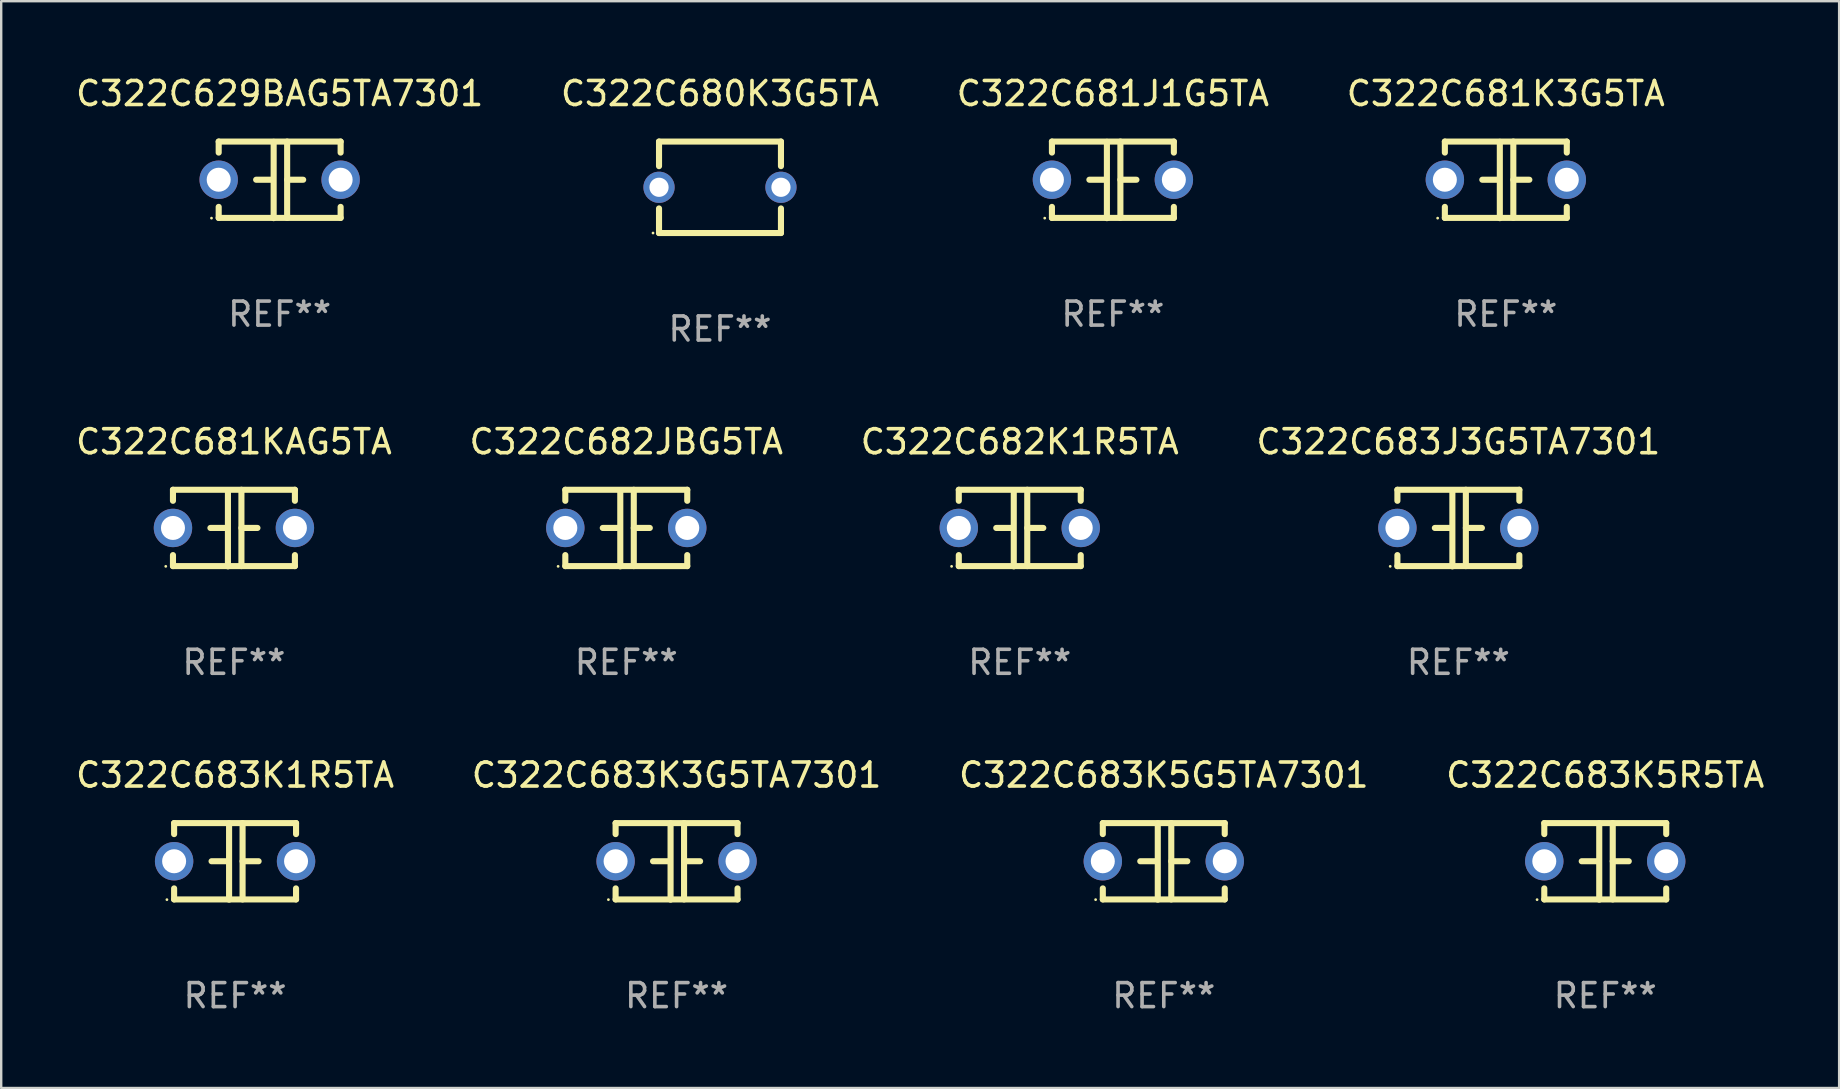
<source format=kicad_pcb>
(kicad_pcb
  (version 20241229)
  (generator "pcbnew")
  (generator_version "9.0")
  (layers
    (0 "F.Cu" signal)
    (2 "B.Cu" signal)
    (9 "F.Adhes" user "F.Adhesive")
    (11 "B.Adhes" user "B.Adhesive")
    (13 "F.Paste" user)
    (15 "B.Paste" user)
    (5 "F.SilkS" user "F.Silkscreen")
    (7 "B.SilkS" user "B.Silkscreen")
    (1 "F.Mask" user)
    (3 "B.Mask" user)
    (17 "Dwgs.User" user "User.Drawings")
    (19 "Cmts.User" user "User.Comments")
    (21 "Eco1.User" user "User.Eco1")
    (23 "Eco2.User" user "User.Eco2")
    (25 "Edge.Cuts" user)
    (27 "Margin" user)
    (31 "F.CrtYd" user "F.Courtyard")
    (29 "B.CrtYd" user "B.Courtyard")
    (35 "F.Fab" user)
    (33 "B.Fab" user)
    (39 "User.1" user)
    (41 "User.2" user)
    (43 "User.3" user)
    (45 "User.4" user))
  (footprint "C322C681J1G5TA"
    (layer "F.Cu")
    (at 43.315 4.443)
    (property "Reference" "C322C681J1G5TA" (at 0 -3.595 0) (layer "F.SilkS") (effects (font (size 1 1) (thickness 0.15))))
    (attr through_hole)
    (fp_line (start -2.54 -1.595) (end -2.54 -1.136) (stroke (width 0.254) (type solid)) (layer "F.SilkS"))
    (fp_line (start -2.54 -1.595) (end 2.54 -1.595) (stroke (width 0.254) (type solid)) (layer "F.SilkS"))
    (fp_line (start -2.54 1.126) (end -2.54 1.585) (stroke (width 0.254) (type solid)) (layer "F.SilkS"))
    (fp_line (start -0.312 -0.005) (end -0.98 -0.005) (stroke (width 0.254) (type solid)) (layer "F.SilkS"))
    (fp_line (start -0.25 -1.585) (end -0.25 1.595) (stroke (width 0.254) (type solid)) (layer "F.SilkS"))
    (fp_line (start 0.312 -1.595) (end 0.312 1.585) (stroke (width 0.254) (type solid)) (layer "F.SilkS"))
    (fp_line (start 0.312 -0.005) (end 0.98 -0.005) (stroke (width 0.254) (type solid)) (layer "F.SilkS"))
    (fp_line (start 2.54 -1.595) (end 2.54 -1.136) (stroke (width 0.254) (type solid)) (layer "F.SilkS"))
    (fp_line (start 2.54 1.126) (end 2.54 1.585) (stroke (width 0.254) (type solid)) (layer "F.SilkS"))
    (fp_line (start 2.54 1.585) (end -2.54 1.585) (stroke (width 0.254) (type solid)) (layer "F.SilkS"))
    (fp_circle (center -2.84 1.595) (end -2.81 1.595) (stroke (width 0.06) (type solid)) (fill no) (layer "F.SilkS"))
    (fp_text user "REF**" (at 0 5.595 0) (layer "F.Fab") (effects (font (size 1 1) (thickness 0.15))))
    (pad "1" thru_hole circle (at -2.54 -0.005) (size 1.6 1.6) (drill 1) (layers "*.Cu" "*.Mask"))
    (pad "2" thru_hole circle (at 2.54 -0.005) (size 1.6 1.6) (drill 1) (layers "*.Cu" "*.Mask")))
  (footprint "C322C629BAG5TA7301"
    (layer "F.Cu")
    (at 8.601 4.443)
    (property "Reference" "C322C629BAG5TA7301" (at 0 -3.595 0) (layer "F.SilkS") (effects (font (size 1 1) (thickness 0.15))))
    (attr through_hole)
    (fp_line (start -2.54 -1.595) (end -2.54 -1.136) (stroke (width 0.254) (type solid)) (layer "F.SilkS"))
    (fp_line (start -2.54 -1.595) (end 2.54 -1.595) (stroke (width 0.254) (type solid)) (layer "F.SilkS"))
    (fp_line (start -2.54 1.126) (end -2.54 1.585) (stroke (width 0.254) (type solid)) (layer "F.SilkS"))
    (fp_line (start -0.312 -0.005) (end -0.98 -0.005) (stroke (width 0.254) (type solid)) (layer "F.SilkS"))
    (fp_line (start -0.25 -1.585) (end -0.25 1.595) (stroke (width 0.254) (type solid)) (layer "F.SilkS"))
    (fp_line (start 0.312 -1.595) (end 0.312 1.585) (stroke (width 0.254) (type solid)) (layer "F.SilkS"))
    (fp_line (start 0.312 -0.005) (end 0.98 -0.005) (stroke (width 0.254) (type solid)) (layer "F.SilkS"))
    (fp_line (start 2.54 -1.595) (end 2.54 -1.136) (stroke (width 0.254) (type solid)) (layer "F.SilkS"))
    (fp_line (start 2.54 1.126) (end 2.54 1.585) (stroke (width 0.254) (type solid)) (layer "F.SilkS"))
    (fp_line (start 2.54 1.585) (end -2.54 1.585) (stroke (width 0.254) (type solid)) (layer "F.SilkS"))
    (fp_circle (center -2.84 1.595) (end -2.81 1.595) (stroke (width 0.06) (type solid)) (fill no) (layer "F.SilkS"))
    (fp_text user "REF**" (at 0 5.595 0) (layer "F.Fab") (effects (font (size 1 1) (thickness 0.15))))
    (pad "1" thru_hole circle (at -2.54 -0.005) (size 1.6 1.6) (drill 1) (layers "*.Cu" "*.Mask"))
    (pad "2" thru_hole circle (at 2.54 -0.005) (size 1.6 1.6) (drill 1) (layers "*.Cu" "*.Mask")))
  (footprint "C322C683J3G5TA7301"
    (layer "F.Cu")
    (at 57.708 18.95)
    (property "Reference" "C322C683J3G5TA7301" (at 0 -3.595 0) (layer "F.SilkS") (effects (font (size 1 1) (thickness 0.15))))
    (attr through_hole)
    (fp_line (start -2.54 -1.595) (end -2.54 -1.136) (stroke (width 0.254) (type solid)) (layer "F.SilkS"))
    (fp_line (start -2.54 -1.595) (end 2.54 -1.595) (stroke (width 0.254) (type solid)) (layer "F.SilkS"))
    (fp_line (start -2.54 1.126) (end -2.54 1.585) (stroke (width 0.254) (type solid)) (layer "F.SilkS"))
    (fp_line (start -0.312 -0.005) (end -0.98 -0.005) (stroke (width 0.254) (type solid)) (layer "F.SilkS"))
    (fp_line (start -0.25 -1.585) (end -0.25 1.595) (stroke (width 0.254) (type solid)) (layer "F.SilkS"))
    (fp_line (start 0.312 -1.595) (end 0.312 1.585) (stroke (width 0.254) (type solid)) (layer "F.SilkS"))
    (fp_line (start 0.312 -0.005) (end 0.98 -0.005) (stroke (width 0.254) (type solid)) (layer "F.SilkS"))
    (fp_line (start 2.54 -1.595) (end 2.54 -1.136) (stroke (width 0.254) (type solid)) (layer "F.SilkS"))
    (fp_line (start 2.54 1.126) (end 2.54 1.585) (stroke (width 0.254) (type solid)) (layer "F.SilkS"))
    (fp_line (start 2.54 1.585) (end -2.54 1.585) (stroke (width 0.254) (type solid)) (layer "F.SilkS"))
    (fp_circle (center -2.84 1.595) (end -2.81 1.595) (stroke (width 0.06) (type solid)) (fill no) (layer "F.SilkS"))
    (fp_text user "REF**" (at 0 5.595 0) (layer "F.Fab") (effects (font (size 1 1) (thickness 0.15))))
    (pad "1" thru_hole circle (at -2.54 -0.005) (size 1.6 1.6) (drill 1) (layers "*.Cu" "*.Mask"))
    (pad "2" thru_hole circle (at 2.54 -0.005) (size 1.6 1.6) (drill 1) (layers "*.Cu" "*.Mask")))
  (footprint "C322C682JBG5TA"
    (layer "F.Cu")
    (at 23.042 18.95)
    (property "Reference" "C322C682JBG5TA" (at 0 -3.595 0) (layer "F.SilkS") (effects (font (size 1 1) (thickness 0.15))))
    (attr through_hole)
    (fp_line (start -2.54 -1.595) (end -2.54 -1.136) (stroke (width 0.254) (type solid)) (layer "F.SilkS"))
    (fp_line (start -2.54 -1.595) (end 2.54 -1.595) (stroke (width 0.254) (type solid)) (layer "F.SilkS"))
    (fp_line (start -2.54 1.126) (end -2.54 1.585) (stroke (width 0.254) (type solid)) (layer "F.SilkS"))
    (fp_line (start -0.312 -0.005) (end -0.98 -0.005) (stroke (width 0.254) (type solid)) (layer "F.SilkS"))
    (fp_line (start -0.25 -1.585) (end -0.25 1.595) (stroke (width 0.254) (type solid)) (layer "F.SilkS"))
    (fp_line (start 0.312 -1.595) (end 0.312 1.585) (stroke (width 0.254) (type solid)) (layer "F.SilkS"))
    (fp_line (start 0.312 -0.005) (end 0.98 -0.005) (stroke (width 0.254) (type solid)) (layer "F.SilkS"))
    (fp_line (start 2.54 -1.595) (end 2.54 -1.136) (stroke (width 0.254) (type solid)) (layer "F.SilkS"))
    (fp_line (start 2.54 1.126) (end 2.54 1.585) (stroke (width 0.254) (type solid)) (layer "F.SilkS"))
    (fp_line (start 2.54 1.585) (end -2.54 1.585) (stroke (width 0.254) (type solid)) (layer "F.SilkS"))
    (fp_circle (center -2.84 1.595) (end -2.81 1.595) (stroke (width 0.06) (type solid)) (fill no) (layer "F.SilkS"))
    (fp_text user "REF**" (at 0 5.595 0) (layer "F.Fab") (effects (font (size 1 1) (thickness 0.15))))
    (pad "1" thru_hole circle (at -2.54 -0.005) (size 1.6 1.6) (drill 1) (layers "*.Cu" "*.Mask"))
    (pad "2" thru_hole circle (at 2.54 -0.005) (size 1.6 1.6) (drill 1) (layers "*.Cu" "*.Mask")))
  (footprint "C322C682K1R5TA"
    (layer "F.Cu")
    (at 39.435 18.95)
    (property "Reference" "C322C682K1R5TA" (at 0 -3.595 0) (layer "F.SilkS") (effects (font (size 1 1) (thickness 0.15))))
    (attr through_hole)
    (fp_line (start -2.54 -1.595) (end -2.54 -1.136) (stroke (width 0.254) (type solid)) (layer "F.SilkS"))
    (fp_line (start -2.54 -1.595) (end 2.54 -1.595) (stroke (width 0.254) (type solid)) (layer "F.SilkS"))
    (fp_line (start -2.54 1.126) (end -2.54 1.585) (stroke (width 0.254) (type solid)) (layer "F.SilkS"))
    (fp_line (start -0.312 -0.005) (end -0.98 -0.005) (stroke (width 0.254) (type solid)) (layer "F.SilkS"))
    (fp_line (start -0.25 -1.585) (end -0.25 1.595) (stroke (width 0.254) (type solid)) (layer "F.SilkS"))
    (fp_line (start 0.312 -1.595) (end 0.312 1.585) (stroke (width 0.254) (type solid)) (layer "F.SilkS"))
    (fp_line (start 0.312 -0.005) (end 0.98 -0.005) (stroke (width 0.254) (type solid)) (layer "F.SilkS"))
    (fp_line (start 2.54 -1.595) (end 2.54 -1.136) (stroke (width 0.254) (type solid)) (layer "F.SilkS"))
    (fp_line (start 2.54 1.126) (end 2.54 1.585) (stroke (width 0.254) (type solid)) (layer "F.SilkS"))
    (fp_line (start 2.54 1.585) (end -2.54 1.585) (stroke (width 0.254) (type solid)) (layer "F.SilkS"))
    (fp_circle (center -2.84 1.595) (end -2.81 1.595) (stroke (width 0.06) (type solid)) (fill no) (layer "F.SilkS"))
    (fp_text user "REF**" (at 0 5.595 0) (layer "F.Fab") (effects (font (size 1 1) (thickness 0.15))))
    (pad "1" thru_hole circle (at -2.54 -0.005) (size 1.6 1.6) (drill 1) (layers "*.Cu" "*.Mask"))
    (pad "2" thru_hole circle (at 2.54 -0.005) (size 1.6 1.6) (drill 1) (layers "*.Cu" "*.Mask")))
  (footprint "C322C681KAG5TA"
    (layer "F.Cu")
    (at 6.696 18.95)
    (property "Reference" "C322C681KAG5TA" (at 0 -3.595 0) (layer "F.SilkS") (effects (font (size 1 1) (thickness 0.15))))
    (attr through_hole)
    (fp_line (start -2.54 -1.595) (end -2.54 -1.136) (stroke (width 0.254) (type solid)) (layer "F.SilkS"))
    (fp_line (start -2.54 -1.595) (end 2.54 -1.595) (stroke (width 0.254) (type solid)) (layer "F.SilkS"))
    (fp_line (start -2.54 1.126) (end -2.54 1.585) (stroke (width 0.254) (type solid)) (layer "F.SilkS"))
    (fp_line (start -0.312 -0.005) (end -0.98 -0.005) (stroke (width 0.254) (type solid)) (layer "F.SilkS"))
    (fp_line (start -0.25 -1.585) (end -0.25 1.595) (stroke (width 0.254) (type solid)) (layer "F.SilkS"))
    (fp_line (start 0.312 -1.595) (end 0.312 1.585) (stroke (width 0.254) (type solid)) (layer "F.SilkS"))
    (fp_line (start 0.312 -0.005) (end 0.98 -0.005) (stroke (width 0.254) (type solid)) (layer "F.SilkS"))
    (fp_line (start 2.54 -1.595) (end 2.54 -1.136) (stroke (width 0.254) (type solid)) (layer "F.SilkS"))
    (fp_line (start 2.54 1.126) (end 2.54 1.585) (stroke (width 0.254) (type solid)) (layer "F.SilkS"))
    (fp_line (start 2.54 1.585) (end -2.54 1.585) (stroke (width 0.254) (type solid)) (layer "F.SilkS"))
    (fp_circle (center -2.84 1.595) (end -2.81 1.595) (stroke (width 0.06) (type solid)) (fill no) (layer "F.SilkS"))
    (fp_text user "REF**" (at 0 5.595 0) (layer "F.Fab") (effects (font (size 1 1) (thickness 0.15))))
    (pad "1" thru_hole circle (at -2.54 -0.005) (size 1.6 1.6) (drill 1) (layers "*.Cu" "*.Mask"))
    (pad "2" thru_hole circle (at 2.54 -0.005) (size 1.6 1.6) (drill 1) (layers "*.Cu" "*.Mask")))
  (footprint "C322C680K3G5TA"
    (layer "F.Cu")
    (at 26.946 4.753)
    (property "Reference" "C322C680K3G5TA" (at 0 -3.905 0) (layer "F.SilkS") (effects (font (size 1 1) (thickness 0.15))))
    (attr through_hole)
    (fp_line (start -2.54 -1.905) (end -2.54 -0.881) (stroke (width 0.254) (type solid)) (layer "F.SilkS"))
    (fp_line (start -2.54 0.881) (end -2.54 1.905) (stroke (width 0.254) (type solid)) (layer "F.SilkS"))
    (fp_line (start -2.54 1.905) (end 2.54 1.905) (stroke (width 0.254) (type solid)) (layer "F.SilkS"))
    (fp_line (start 2.54 -1.905) (end -2.54 -1.905) (stroke (width 0.254) (type solid)) (layer "F.SilkS"))
    (fp_line (start 2.54 -0.881) (end 2.54 -1.905) (stroke (width 0.254) (type solid)) (layer "F.SilkS"))
    (fp_line (start 2.54 1.905) (end 2.54 0.881) (stroke (width 0.254) (type solid)) (layer "F.SilkS"))
    (fp_circle (center -2.79 1.905) (end -2.76 1.905) (stroke (width 0.06) (type solid)) (fill no) (layer "F.SilkS"))
    (fp_text user "REF**" (at 0 5.905 0) (layer "F.Fab") (effects (font (size 1 1) (thickness 0.15))))
    (pad "1" thru_hole circle (at -2.54 0) (size 1.3 1.3) (drill 0.8) (layers "*.Cu" "*.Mask"))
    (pad "2" thru_hole circle (at 2.54 0) (size 1.3 1.3) (drill 0.8) (layers "*.Cu" "*.Mask")))
  (footprint "C322C683K3G5TA7301"
    (layer "F.Cu")
    (at 25.137 32.836)
    (property "Reference" "C322C683K3G5TA7301" (at 0 -3.595 0) (layer "F.SilkS") (effects (font (size 1 1) (thickness 0.15))))
    (attr through_hole)
    (fp_line (start -2.54 -1.595) (end -2.54 -1.136) (stroke (width 0.254) (type solid)) (layer "F.SilkS"))
    (fp_line (start -2.54 -1.595) (end 2.54 -1.595) (stroke (width 0.254) (type solid)) (layer "F.SilkS"))
    (fp_line (start -2.54 1.126) (end -2.54 1.585) (stroke (width 0.254) (type solid)) (layer "F.SilkS"))
    (fp_line (start -0.312 -0.005) (end -0.98 -0.005) (stroke (width 0.254) (type solid)) (layer "F.SilkS"))
    (fp_line (start -0.25 -1.585) (end -0.25 1.595) (stroke (width 0.254) (type solid)) (layer "F.SilkS"))
    (fp_line (start 0.312 -1.595) (end 0.312 1.585) (stroke (width 0.254) (type solid)) (layer "F.SilkS"))
    (fp_line (start 0.312 -0.005) (end 0.98 -0.005) (stroke (width 0.254) (type solid)) (layer "F.SilkS"))
    (fp_line (start 2.54 -1.595) (end 2.54 -1.136) (stroke (width 0.254) (type solid)) (layer "F.SilkS"))
    (fp_line (start 2.54 1.126) (end 2.54 1.585) (stroke (width 0.254) (type solid)) (layer "F.SilkS"))
    (fp_line (start 2.54 1.585) (end -2.54 1.585) (stroke (width 0.254) (type solid)) (layer "F.SilkS"))
    (fp_circle (center -2.84 1.595) (end -2.81 1.595) (stroke (width 0.06) (type solid)) (fill no) (layer "F.SilkS"))
    (fp_text user "REF**" (at 0 5.595 0) (layer "F.Fab") (effects (font (size 1 1) (thickness 0.15))))
    (pad "1" thru_hole circle (at -2.54 -0.005) (size 1.6 1.6) (drill 1) (layers "*.Cu" "*.Mask"))
    (pad "2" thru_hole circle (at 2.54 -0.005) (size 1.6 1.6) (drill 1) (layers "*.Cu" "*.Mask")))
  (footprint "C322C683K5R5TA"
    (layer "F.Cu")
    (at 63.827 32.836)
    (property "Reference" "C322C683K5R5TA" (at 0 -3.595 0) (layer "F.SilkS") (effects (font (size 1 1) (thickness 0.15))))
    (attr through_hole)
    (fp_line (start -2.54 -1.595) (end -2.54 -1.136) (stroke (width 0.254) (type solid)) (layer "F.SilkS"))
    (fp_line (start -2.54 -1.595) (end 2.54 -1.595) (stroke (width 0.254) (type solid)) (layer "F.SilkS"))
    (fp_line (start -2.54 1.126) (end -2.54 1.585) (stroke (width 0.254) (type solid)) (layer "F.SilkS"))
    (fp_line (start -0.312 -0.005) (end -0.98 -0.005) (stroke (width 0.254) (type solid)) (layer "F.SilkS"))
    (fp_line (start -0.25 -1.585) (end -0.25 1.595) (stroke (width 0.254) (type solid)) (layer "F.SilkS"))
    (fp_line (start 0.312 -1.595) (end 0.312 1.585) (stroke (width 0.254) (type solid)) (layer "F.SilkS"))
    (fp_line (start 0.312 -0.005) (end 0.98 -0.005) (stroke (width 0.254) (type solid)) (layer "F.SilkS"))
    (fp_line (start 2.54 -1.595) (end 2.54 -1.136) (stroke (width 0.254) (type solid)) (layer "F.SilkS"))
    (fp_line (start 2.54 1.126) (end 2.54 1.585) (stroke (width 0.254) (type solid)) (layer "F.SilkS"))
    (fp_line (start 2.54 1.585) (end -2.54 1.585) (stroke (width 0.254) (type solid)) (layer "F.SilkS"))
    (fp_circle (center -2.84 1.595) (end -2.81 1.595) (stroke (width 0.06) (type solid)) (fill no) (layer "F.SilkS"))
    (fp_text user "REF**" (at 0 5.595 0) (layer "F.Fab") (effects (font (size 1 1) (thickness 0.15))))
    (pad "1" thru_hole circle (at -2.54 -0.005) (size 1.6 1.6) (drill 1) (layers "*.Cu" "*.Mask"))
    (pad "2" thru_hole circle (at 2.54 -0.005) (size 1.6 1.6) (drill 1) (layers "*.Cu" "*.Mask")))
  (footprint "C322C683K1R5TA"
    (layer "F.Cu")
    (at 6.744 32.836)
    (property "Reference" "C322C683K1R5TA" (at 0 -3.595 0) (layer "F.SilkS") (effects (font (size 1 1) (thickness 0.15))))
    (attr through_hole)
    (fp_line (start -2.54 -1.595) (end -2.54 -1.136) (stroke (width 0.254) (type solid)) (layer "F.SilkS"))
    (fp_line (start -2.54 -1.595) (end 2.54 -1.595) (stroke (width 0.254) (type solid)) (layer "F.SilkS"))
    (fp_line (start -2.54 1.126) (end -2.54 1.585) (stroke (width 0.254) (type solid)) (layer "F.SilkS"))
    (fp_line (start -0.312 -0.005) (end -0.98 -0.005) (stroke (width 0.254) (type solid)) (layer "F.SilkS"))
    (fp_line (start -0.25 -1.585) (end -0.25 1.595) (stroke (width 0.254) (type solid)) (layer "F.SilkS"))
    (fp_line (start 0.312 -1.595) (end 0.312 1.585) (stroke (width 0.254) (type solid)) (layer "F.SilkS"))
    (fp_line (start 0.312 -0.005) (end 0.98 -0.005) (stroke (width 0.254) (type solid)) (layer "F.SilkS"))
    (fp_line (start 2.54 -1.595) (end 2.54 -1.136) (stroke (width 0.254) (type solid)) (layer "F.SilkS"))
    (fp_line (start 2.54 1.126) (end 2.54 1.585) (stroke (width 0.254) (type solid)) (layer "F.SilkS"))
    (fp_line (start 2.54 1.585) (end -2.54 1.585) (stroke (width 0.254) (type solid)) (layer "F.SilkS"))
    (fp_circle (center -2.84 1.595) (end -2.81 1.595) (stroke (width 0.06) (type solid)) (fill no) (layer "F.SilkS"))
    (fp_text user "REF**" (at 0 5.595 0) (layer "F.Fab") (effects (font (size 1 1) (thickness 0.15))))
    (pad "1" thru_hole circle (at -2.54 -0.005) (size 1.6 1.6) (drill 1) (layers "*.Cu" "*.Mask"))
    (pad "2" thru_hole circle (at 2.54 -0.005) (size 1.6 1.6) (drill 1) (layers "*.Cu" "*.Mask")))
  (footprint "C322C681K3G5TA"
    (layer "F.Cu")
    (at 59.685 4.443)
    (property "Reference" "C322C681K3G5TA" (at 0 -3.595 0) (layer "F.SilkS") (effects (font (size 1 1) (thickness 0.15))))
    (attr through_hole)
    (fp_line (start -2.54 -1.595) (end -2.54 -1.136) (stroke (width 0.254) (type solid)) (layer "F.SilkS"))
    (fp_line (start -2.54 -1.595) (end 2.54 -1.595) (stroke (width 0.254) (type solid)) (layer "F.SilkS"))
    (fp_line (start -2.54 1.126) (end -2.54 1.585) (stroke (width 0.254) (type solid)) (layer "F.SilkS"))
    (fp_line (start -0.312 -0.005) (end -0.98 -0.005) (stroke (width 0.254) (type solid)) (layer "F.SilkS"))
    (fp_line (start -0.25 -1.585) (end -0.25 1.595) (stroke (width 0.254) (type solid)) (layer "F.SilkS"))
    (fp_line (start 0.312 -1.595) (end 0.312 1.585) (stroke (width 0.254) (type solid)) (layer "F.SilkS"))
    (fp_line (start 0.312 -0.005) (end 0.98 -0.005) (stroke (width 0.254) (type solid)) (layer "F.SilkS"))
    (fp_line (start 2.54 -1.595) (end 2.54 -1.136) (stroke (width 0.254) (type solid)) (layer "F.SilkS"))
    (fp_line (start 2.54 1.126) (end 2.54 1.585) (stroke (width 0.254) (type solid)) (layer "F.SilkS"))
    (fp_line (start 2.54 1.585) (end -2.54 1.585) (stroke (width 0.254) (type solid)) (layer "F.SilkS"))
    (fp_circle (center -2.84 1.595) (end -2.81 1.595) (stroke (width 0.06) (type solid)) (fill no) (layer "F.SilkS"))
    (fp_text user "REF**" (at 0 5.595 0) (layer "F.Fab") (effects (font (size 1 1) (thickness 0.15))))
    (pad "1" thru_hole circle (at -2.54 -0.005) (size 1.6 1.6) (drill 1) (layers "*.Cu" "*.Mask"))
    (pad "2" thru_hole circle (at 2.54 -0.005) (size 1.6 1.6) (drill 1) (layers "*.Cu" "*.Mask")))
  (footprint "C322C683K5G5TA7301"
    (layer "F.Cu")
    (at 45.435 32.836)
    (property "Reference" "C322C683K5G5TA7301" (at 0 -3.595 0) (layer "F.SilkS") (effects (font (size 1 1) (thickness 0.15))))
    (attr through_hole)
    (fp_line (start -2.54 -1.595) (end -2.54 -1.136) (stroke (width 0.254) (type solid)) (layer "F.SilkS"))
    (fp_line (start -2.54 -1.595) (end 2.54 -1.595) (stroke (width 0.254) (type solid)) (layer "F.SilkS"))
    (fp_line (start -2.54 1.126) (end -2.54 1.585) (stroke (width 0.254) (type solid)) (layer "F.SilkS"))
    (fp_line (start -0.312 -0.005) (end -0.98 -0.005) (stroke (width 0.254) (type solid)) (layer "F.SilkS"))
    (fp_line (start -0.25 -1.585) (end -0.25 1.595) (stroke (width 0.254) (type solid)) (layer "F.SilkS"))
    (fp_line (start 0.312 -1.595) (end 0.312 1.585) (stroke (width 0.254) (type solid)) (layer "F.SilkS"))
    (fp_line (start 0.312 -0.005) (end 0.98 -0.005) (stroke (width 0.254) (type solid)) (layer "F.SilkS"))
    (fp_line (start 2.54 -1.595) (end 2.54 -1.136) (stroke (width 0.254) (type solid)) (layer "F.SilkS"))
    (fp_line (start 2.54 1.126) (end 2.54 1.585) (stroke (width 0.254) (type solid)) (layer "F.SilkS"))
    (fp_line (start 2.54 1.585) (end -2.54 1.585) (stroke (width 0.254) (type solid)) (layer "F.SilkS"))
    (fp_circle (center -2.84 1.595) (end -2.81 1.595) (stroke (width 0.06) (type solid)) (fill no) (layer "F.SilkS"))
    (fp_text user "REF**" (at 0 5.595 0) (layer "F.Fab") (effects (font (size 1 1) (thickness 0.15))))
    (pad "1" thru_hole circle (at -2.54 -0.005) (size 1.6 1.6) (drill 1) (layers "*.Cu" "*.Mask"))
    (pad "2" thru_hole circle (at 2.54 -0.005) (size 1.6 1.6) (drill 1) (layers "*.Cu" "*.Mask")))
  (gr_rect
    (start -3 -3)
    (end 73.571 42.279)
    (stroke (width 0.1) (type default))
    (fill no)
    (layer "Edge.Cuts")))
</source>
